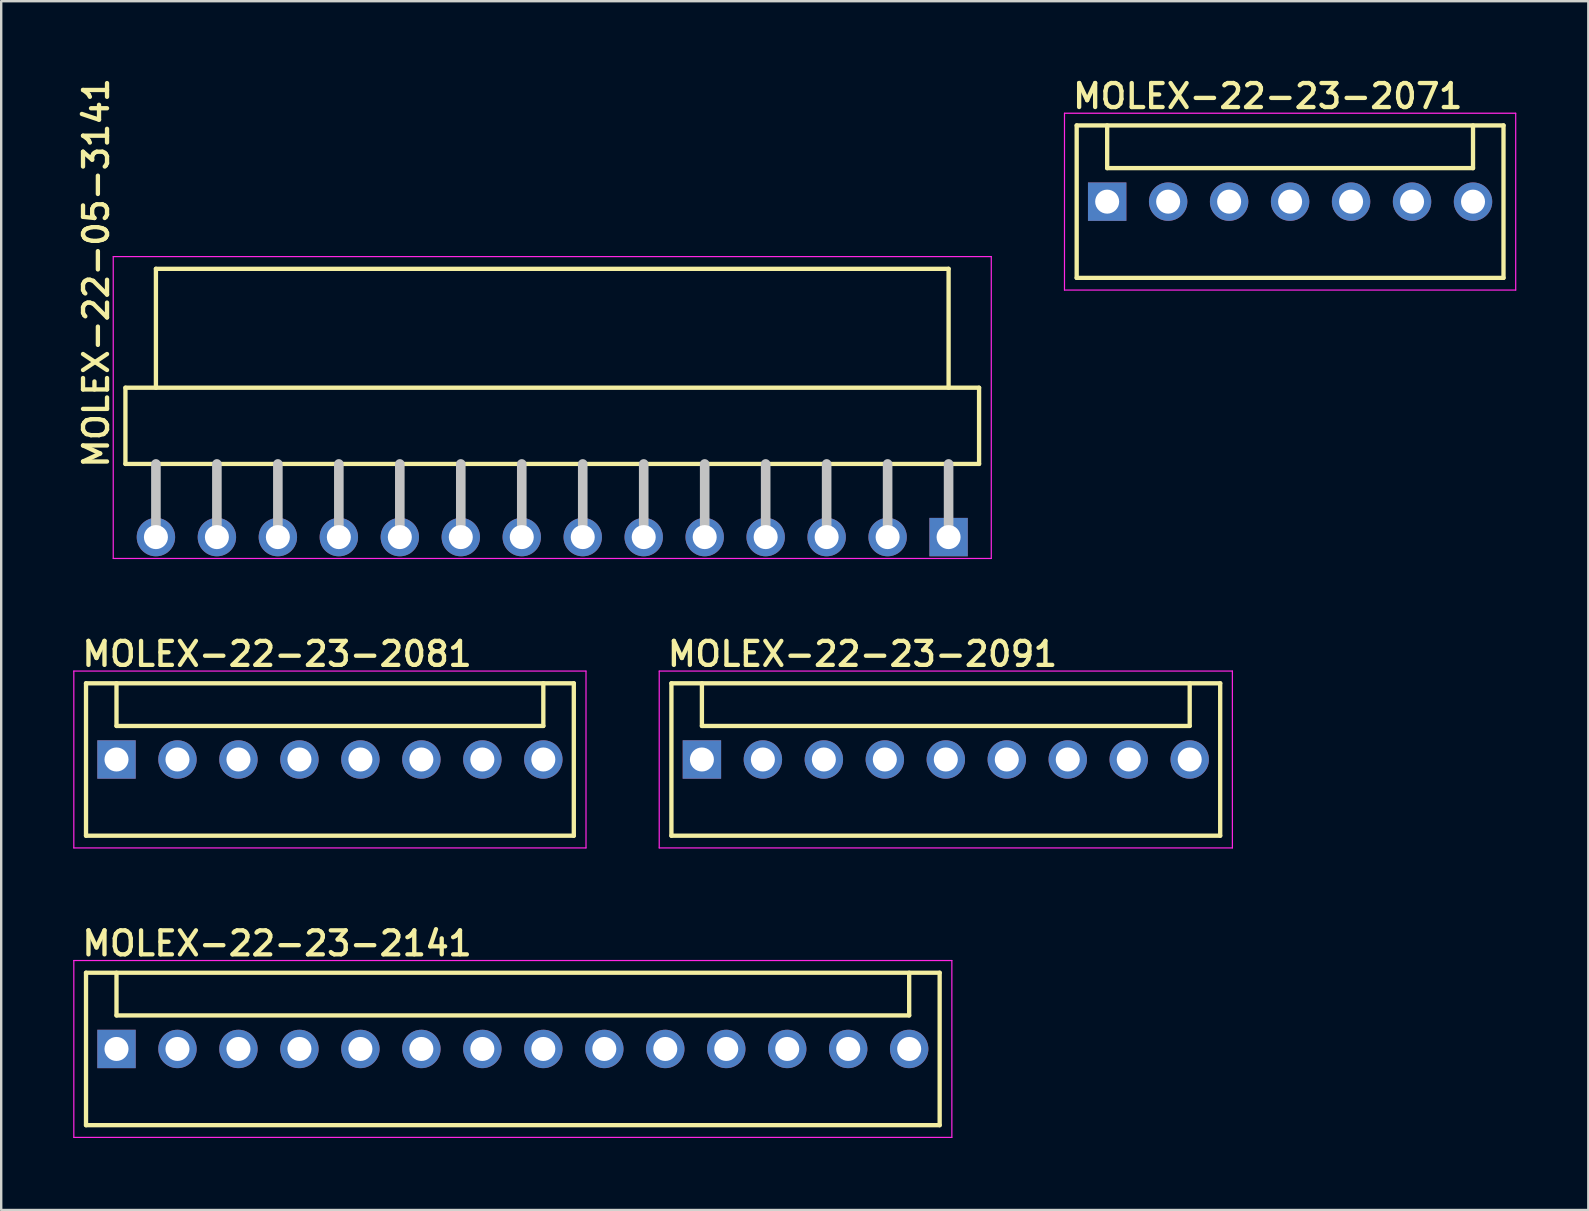
<source format=kicad_pcb>
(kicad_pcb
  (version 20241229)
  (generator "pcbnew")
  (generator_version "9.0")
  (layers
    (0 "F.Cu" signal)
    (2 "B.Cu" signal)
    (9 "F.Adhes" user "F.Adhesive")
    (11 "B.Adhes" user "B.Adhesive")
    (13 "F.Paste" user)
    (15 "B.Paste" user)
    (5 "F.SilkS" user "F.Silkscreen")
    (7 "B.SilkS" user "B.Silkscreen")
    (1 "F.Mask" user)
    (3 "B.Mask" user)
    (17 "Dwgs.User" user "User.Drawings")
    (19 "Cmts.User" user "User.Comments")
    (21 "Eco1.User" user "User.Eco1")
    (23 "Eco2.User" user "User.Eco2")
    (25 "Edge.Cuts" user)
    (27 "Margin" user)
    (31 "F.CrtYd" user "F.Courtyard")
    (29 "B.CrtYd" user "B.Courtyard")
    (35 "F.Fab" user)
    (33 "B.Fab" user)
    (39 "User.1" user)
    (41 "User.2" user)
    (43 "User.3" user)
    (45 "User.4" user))
  (footprint "MOLEX-22-23-2081"
    (layer "F.Cu")
    (at 10.693 28.588)
    (property "Reference" "MOLEX-22-23-2081" (at -10.414 -3.81 0) (layer "F.SilkS") (effects (font (size 1 1) (thickness 0.18)) (justify left bottom)))
    (attr through_hole)
    (fp_line (start -10.16 3.175) (end -10.16 -3.175) (stroke (width 0.18) (type solid)) (layer "F.SilkS"))
    (fp_line (start -8.89 -1.397) (end -8.89 -3.175) (stroke (width 0.18) (type solid)) (layer "F.SilkS"))
    (fp_line (start -8.89 -1.397) (end 8.89 -1.397) (stroke (width 0.18) (type solid)) (layer "F.SilkS"))
    (fp_line (start 8.89 -1.397) (end 8.89 -3.175) (stroke (width 0.18) (type solid)) (layer "F.SilkS"))
    (fp_line (start 10.16 -3.175) (end -10.16 -3.175) (stroke (width 0.18) (type solid)) (layer "F.SilkS"))
    (fp_line (start 10.16 -3.175) (end 10.16 3.175) (stroke (width 0.18) (type solid)) (layer "F.SilkS"))
    (fp_line (start 10.16 3.175) (end -10.16 3.175) (stroke (width 0.18) (type solid)) (layer "F.SilkS"))
    (fp_line (start -10.668 -3.683) (end 10.668 -3.683) (stroke (width 0.05) (type solid)) (layer "F.CrtYd"))
    (fp_line (start -10.668 3.683) (end -10.668 -3.683) (stroke (width 0.05) (type solid)) (layer "F.CrtYd"))
    (fp_line (start 10.668 -3.683) (end 10.668 3.683) (stroke (width 0.05) (type solid)) (layer "F.CrtYd"))
    (fp_line (start 10.668 3.683) (end -10.668 3.683) (stroke (width 0.05) (type solid)) (layer "F.CrtYd"))
    (pad "1" thru_hole rect (at -8.89 0) (size 1.6 1.6) (drill 1) (layers "*.Cu" "*.Mask"))
    (pad "2" thru_hole circle (at -6.35 0 90) (size 1.6 1.6) (drill 1) (layers "*.Cu" "*.Mask"))
    (pad "3" thru_hole circle (at -3.81 0 90) (size 1.6 1.6) (drill 1) (layers "*.Cu" "*.Mask"))
    (pad "4" thru_hole circle (at -1.27 0 90) (size 1.6 1.6) (drill 1) (layers "*.Cu" "*.Mask"))
    (pad "5" thru_hole circle (at 1.27 0 90) (size 1.6 1.6) (drill 1) (layers "*.Cu" "*.Mask"))
    (pad "6" thru_hole circle (at 3.81 0 90) (size 1.6 1.6) (drill 1) (layers "*.Cu" "*.Mask"))
    (pad "7" thru_hole circle (at 6.35 0 90) (size 1.6 1.6) (drill 1) (layers "*.Cu" "*.Mask"))
    (pad "8" thru_hole circle (at 8.89 0 90) (size 1.6 1.6) (drill 1) (layers "*.Cu" "*.Mask")))
  (footprint "MOLEX-22-23-2141"
    (layer "F.Cu")
    (at 18.313 40.646)
    (property "Reference" "MOLEX-22-23-2141" (at -18.034 -3.81 0) (layer "F.SilkS") (effects (font (size 1 1) (thickness 0.18)) (justify left bottom)))
    (attr through_hole)
    (fp_line (start -17.78 3.175) (end -17.78 -3.175) (stroke (width 0.18) (type solid)) (layer "F.SilkS"))
    (fp_line (start -16.51 -1.397) (end -16.51 -3.175) (stroke (width 0.18) (type solid)) (layer "F.SilkS"))
    (fp_line (start -16.51 -1.397) (end 16.51 -1.397) (stroke (width 0.18) (type solid)) (layer "F.SilkS"))
    (fp_line (start 16.51 -1.397) (end 16.51 -3.175) (stroke (width 0.18) (type solid)) (layer "F.SilkS"))
    (fp_line (start 17.78 -3.175) (end -17.78 -3.175) (stroke (width 0.18) (type solid)) (layer "F.SilkS"))
    (fp_line (start 17.78 -3.175) (end 17.78 3.175) (stroke (width 0.18) (type solid)) (layer "F.SilkS"))
    (fp_line (start 17.78 3.175) (end -17.78 3.175) (stroke (width 0.18) (type solid)) (layer "F.SilkS"))
    (fp_line (start -18.288 -3.683) (end 18.288 -3.683) (stroke (width 0.05) (type solid)) (layer "F.CrtYd"))
    (fp_line (start -18.288 3.683) (end -18.288 -3.683) (stroke (width 0.05) (type solid)) (layer "F.CrtYd"))
    (fp_line (start 18.288 -3.683) (end 18.288 3.683) (stroke (width 0.05) (type solid)) (layer "F.CrtYd"))
    (fp_line (start 18.288 3.683) (end -18.288 3.683) (stroke (width 0.05) (type solid)) (layer "F.CrtYd"))
    (pad "1" thru_hole rect (at -16.51 0) (size 1.6 1.6) (drill 1) (layers "*.Cu" "*.Mask"))
    (pad "2" thru_hole circle (at -13.97 0 90) (size 1.6 1.6) (drill 1) (layers "*.Cu" "*.Mask"))
    (pad "3" thru_hole circle (at -11.43 0 90) (size 1.6 1.6) (drill 1) (layers "*.Cu" "*.Mask"))
    (pad "4" thru_hole circle (at -8.89 0 90) (size 1.6 1.6) (drill 1) (layers "*.Cu" "*.Mask"))
    (pad "5" thru_hole circle (at -6.35 0 90) (size 1.6 1.6) (drill 1) (layers "*.Cu" "*.Mask"))
    (pad "6" thru_hole circle (at -3.81 0 90) (size 1.6 1.6) (drill 1) (layers "*.Cu" "*.Mask"))
    (pad "7" thru_hole circle (at -1.27 0 90) (size 1.6 1.6) (drill 1) (layers "*.Cu" "*.Mask"))
    (pad "8" thru_hole circle (at 1.27 0 90) (size 1.6 1.6) (drill 1) (layers "*.Cu" "*.Mask"))
    (pad "9" thru_hole circle (at 3.81 0 90) (size 1.6 1.6) (drill 1) (layers "*.Cu" "*.Mask"))
    (pad "10" thru_hole circle (at 6.35 0 90) (size 1.6 1.6) (drill 1) (layers "*.Cu" "*.Mask"))
    (pad "11" thru_hole circle (at 8.89 0 90) (size 1.6 1.6) (drill 1) (layers "*.Cu" "*.Mask"))
    (pad "12" thru_hole circle (at 11.43 0 90) (size 1.6 1.6) (drill 1) (layers "*.Cu" "*.Mask"))
    (pad "13" thru_hole circle (at 13.97 0 90) (size 1.6 1.6) (drill 1) (layers "*.Cu" "*.Mask"))
    (pad "14" thru_hole circle (at 16.51 0 90) (size 1.6 1.6) (drill 1) (layers "*.Cu" "*.Mask")))
  (footprint "MOLEX-22-23-2071"
    (layer "F.Cu")
    (at 50.691 5.35)
    (property "Reference" "MOLEX-22-23-2071" (at -9.144 -3.81 0) (layer "F.SilkS") (effects (font (size 1 1) (thickness 0.18)) (justify left bottom)))
    (attr through_hole)
    (fp_line (start -8.89 -3.175) (end 8.89 -3.175) (stroke (width 0.18) (type solid)) (layer "F.SilkS"))
    (fp_line (start -8.89 3.175) (end -8.89 -3.175) (stroke (width 0.18) (type solid)) (layer "F.SilkS"))
    (fp_line (start -7.62 -1.397) (end -7.62 -3.175) (stroke (width 0.18) (type solid)) (layer "F.SilkS"))
    (fp_line (start -7.62 -1.397) (end 7.62 -1.397) (stroke (width 0.18) (type solid)) (layer "F.SilkS"))
    (fp_line (start 7.62 -1.397) (end 7.62 -3.175) (stroke (width 0.18) (type solid)) (layer "F.SilkS"))
    (fp_line (start 8.89 -3.175) (end 8.89 3.175) (stroke (width 0.18) (type solid)) (layer "F.SilkS"))
    (fp_line (start 8.89 3.175) (end -8.89 3.175) (stroke (width 0.18) (type solid)) (layer "F.SilkS"))
    (fp_line (start -9.398 -3.683) (end 9.398 -3.683) (stroke (width 0.05) (type solid)) (layer "F.CrtYd"))
    (fp_line (start -9.398 3.683) (end -9.398 -3.683) (stroke (width 0.05) (type solid)) (layer "F.CrtYd"))
    (fp_line (start 9.398 -3.683) (end 9.398 3.683) (stroke (width 0.05) (type solid)) (layer "F.CrtYd"))
    (fp_line (start 9.398 3.683) (end -9.398 3.683) (stroke (width 0.05) (type solid)) (layer "F.CrtYd"))
    (pad "1" thru_hole rect (at -7.62 0) (size 1.6 1.6) (drill 1) (layers "*.Cu" "*.Mask"))
    (pad "2" thru_hole circle (at -5.08 0 90) (size 1.6 1.6) (drill 1) (layers "*.Cu" "*.Mask"))
    (pad "3" thru_hole circle (at -2.54 0 90) (size 1.6 1.6) (drill 1) (layers "*.Cu" "*.Mask"))
    (pad "4" thru_hole circle (at 0 0 90) (size 1.6 1.6) (drill 1) (layers "*.Cu" "*.Mask"))
    (pad "5" thru_hole circle (at 2.54 0 90) (size 1.6 1.6) (drill 1) (layers "*.Cu" "*.Mask"))
    (pad "6" thru_hole circle (at 5.08 0 90) (size 1.6 1.6) (drill 1) (layers "*.Cu" "*.Mask"))
    (pad "7" thru_hole circle (at 7.62 0 90) (size 1.6 1.6) (drill 1) (layers "*.Cu" "*.Mask")))
  (footprint "MOLEX-22-23-2091"
    (layer "F.Cu")
    (at 36.349 28.588)
    (property "Reference" "MOLEX-22-23-2091" (at -11.684 -3.81 0) (layer "F.SilkS") (effects (font (size 1 1) (thickness 0.18)) (justify left bottom)))
    (attr through_hole)
    (fp_line (start -11.43 -3.175) (end 11.43 -3.175) (stroke (width 0.18) (type solid)) (layer "F.SilkS"))
    (fp_line (start -11.43 3.175) (end -11.43 -3.175) (stroke (width 0.18) (type solid)) (layer "F.SilkS"))
    (fp_line (start -10.16 -1.397) (end -10.16 -3.175) (stroke (width 0.18) (type solid)) (layer "F.SilkS"))
    (fp_line (start -10.16 -1.397) (end 10.16 -1.397) (stroke (width 0.18) (type solid)) (layer "F.SilkS"))
    (fp_line (start 10.16 -1.397) (end 10.16 -3.175) (stroke (width 0.18) (type solid)) (layer "F.SilkS"))
    (fp_line (start 11.43 -3.175) (end 11.43 3.175) (stroke (width 0.18) (type solid)) (layer "F.SilkS"))
    (fp_line (start 11.43 3.175) (end -11.43 3.175) (stroke (width 0.18) (type solid)) (layer "F.SilkS"))
    (fp_line (start -11.938 -3.683) (end 11.938 -3.683) (stroke (width 0.05) (type solid)) (layer "F.CrtYd"))
    (fp_line (start -11.938 3.683) (end -11.938 -3.683) (stroke (width 0.05) (type solid)) (layer "F.CrtYd"))
    (fp_line (start 11.938 -3.683) (end 11.938 3.683) (stroke (width 0.05) (type solid)) (layer "F.CrtYd"))
    (fp_line (start 11.938 3.683) (end -11.938 3.683) (stroke (width 0.05) (type solid)) (layer "F.CrtYd"))
    (pad "1" thru_hole rect (at -10.16 0) (size 1.6 1.6) (drill 1) (layers "*.Cu" "*.Mask"))
    (pad "2" thru_hole circle (at -7.62 0 90) (size 1.6 1.6) (drill 1) (layers "*.Cu" "*.Mask"))
    (pad "3" thru_hole circle (at -5.08 0 90) (size 1.6 1.6) (drill 1) (layers "*.Cu" "*.Mask"))
    (pad "4" thru_hole circle (at -2.54 0 90) (size 1.6 1.6) (drill 1) (layers "*.Cu" "*.Mask"))
    (pad "5" thru_hole circle (at 0 0 90) (size 1.6 1.6) (drill 1) (layers "*.Cu" "*.Mask"))
    (pad "6" thru_hole circle (at 2.54 0 90) (size 1.6 1.6) (drill 1) (layers "*.Cu" "*.Mask"))
    (pad "7" thru_hole circle (at 5.08 0 90) (size 1.6 1.6) (drill 1) (layers "*.Cu" "*.Mask"))
    (pad "8" thru_hole circle (at 7.62 0 90) (size 1.6 1.6) (drill 1) (layers "*.Cu" "*.Mask"))
    (pad "9" thru_hole circle (at 10.16 0 90) (size 1.6 1.6) (drill 1) (layers "*.Cu" "*.Mask")))
  (footprint "MOLEX-22-05-3141"
    (layer "F.Cu")
    (at 19.955 19.324)
    (property "Reference" "MOLEX-22-05-3141" (at -18.415 -2.794 90) (layer "F.SilkS") (effects (font (size 1 1) (thickness 0.18)) (justify left bottom)))
    (attr through_hole)
    (fp_line (start -17.78 -6.223) (end -17.78 -3.048) (stroke (width 0.18) (type solid)) (layer "F.SilkS"))
    (fp_line (start -17.78 -3.048) (end 17.78 -3.048) (stroke (width 0.18) (type solid)) (layer "F.SilkS"))
    (fp_line (start -16.51 -6.223) (end -16.51 -11.176) (stroke (width 0.18) (type solid)) (layer "F.SilkS"))
    (fp_line (start 16.51 -11.176) (end -16.51 -11.176) (stroke (width 0.18) (type solid)) (layer "F.SilkS"))
    (fp_line (start 16.51 -6.223) (end 16.51 -11.176) (stroke (width 0.18) (type solid)) (layer "F.SilkS"))
    (fp_line (start 17.78 -6.223) (end -17.78 -6.223) (stroke (width 0.18) (type solid)) (layer "F.SilkS"))
    (fp_line (start 17.78 -3.048) (end 17.78 -6.223) (stroke (width 0.18) (type solid)) (layer "F.SilkS"))
    (fp_line (start -16.51 -3.048) (end -16.51 0) (stroke (width 0.4) (type solid)) (layer "Dwgs.User"))
    (fp_line (start -13.97 -3.048) (end -13.97 0) (stroke (width 0.4) (type solid)) (layer "Dwgs.User"))
    (fp_line (start -11.43 -3.048) (end -11.43 0) (stroke (width 0.4) (type solid)) (layer "Dwgs.User"))
    (fp_line (start -8.89 -3.048) (end -8.89 0) (stroke (width 0.4) (type solid)) (layer "Dwgs.User"))
    (fp_line (start -6.35 -3.048) (end -6.35 0) (stroke (width 0.4) (type solid)) (layer "Dwgs.User"))
    (fp_line (start -3.81 -3.048) (end -3.81 0) (stroke (width 0.4) (type solid)) (layer "Dwgs.User"))
    (fp_line (start -1.27 -3.048) (end -1.27 0) (stroke (width 0.4) (type solid)) (layer "Dwgs.User"))
    (fp_line (start 1.27 -3.048) (end 1.27 0) (stroke (width 0.4) (type solid)) (layer "Dwgs.User"))
    (fp_line (start 3.81 -3.048) (end 3.81 0) (stroke (width 0.4) (type solid)) (layer "Dwgs.User"))
    (fp_line (start 6.35 -3.048) (end 6.35 0) (stroke (width 0.4) (type solid)) (layer "Dwgs.User"))
    (fp_line (start 8.89 -3.048) (end 8.89 0) (stroke (width 0.4) (type solid)) (layer "Dwgs.User"))
    (fp_line (start 11.43 -3.048) (end 11.43 0) (stroke (width 0.4) (type solid)) (layer "Dwgs.User"))
    (fp_line (start 13.97 -3.048) (end 13.97 0) (stroke (width 0.4) (type solid)) (layer "Dwgs.User"))
    (fp_line (start 16.51 -3.048) (end 16.51 0) (stroke (width 0.4) (type solid)) (layer "Dwgs.User"))
    (fp_line (start -18.288 -11.684) (end 18.288 -11.684) (stroke (width 0.05) (type solid)) (layer "F.CrtYd"))
    (fp_line (start -18.288 0.889) (end -18.288 -11.684) (stroke (width 0.05) (type solid)) (layer "F.CrtYd"))
    (fp_line (start 18.288 -11.684) (end 18.288 0.889) (stroke (width 0.05) (type solid)) (layer "F.CrtYd"))
    (fp_line (start 18.288 0.889) (end -18.288 0.889) (stroke (width 0.05) (type solid)) (layer "F.CrtYd"))
    (pad "1" thru_hole rect (at 16.51 0) (size 1.6 1.6) (drill 1) (layers "*.Cu" "*.Mask"))
    (pad "2" thru_hole circle (at 13.97 0) (size 1.6 1.6) (drill 1) (layers "*.Cu" "*.Mask"))
    (pad "3" thru_hole circle (at 11.43 0) (size 1.6 1.6) (drill 1) (layers "*.Cu" "*.Mask"))
    (pad "4" thru_hole circle (at 8.89 0) (size 1.6 1.6) (drill 1) (layers "*.Cu" "*.Mask"))
    (pad "5" thru_hole circle (at 6.35 0) (size 1.6 1.6) (drill 1) (layers "*.Cu" "*.Mask"))
    (pad "6" thru_hole circle (at 3.81 0) (size 1.6 1.6) (drill 1) (layers "*.Cu" "*.Mask"))
    (pad "7" thru_hole circle (at 1.27 0) (size 1.6 1.6) (drill 1) (layers "*.Cu" "*.Mask"))
    (pad "8" thru_hole circle (at -1.27 0) (size 1.6 1.6) (drill 1) (layers "*.Cu" "*.Mask"))
    (pad "9" thru_hole circle (at -3.81 0) (size 1.6 1.6) (drill 1) (layers "*.Cu" "*.Mask"))
    (pad "10" thru_hole circle (at -6.35 0) (size 1.6 1.6) (drill 1) (layers "*.Cu" "*.Mask"))
    (pad "11" thru_hole circle (at -8.89 0) (size 1.6 1.6) (drill 1) (layers "*.Cu" "*.Mask"))
    (pad "12" thru_hole circle (at -11.43 0) (size 1.6 1.6) (drill 1) (layers "*.Cu" "*.Mask"))
    (pad "13" thru_hole circle (at -13.97 0) (size 1.6 1.6) (drill 1) (layers "*.Cu" "*.Mask"))
    (pad "14" thru_hole circle (at -16.51 0) (size 1.6 1.6) (drill 1) (layers "*.Cu" "*.Mask")))
  (gr_rect
    (start -3 -3)
    (end 63.114 47.354)
    (stroke (width 0.1) (type default))
    (fill no)
    (layer "Edge.Cuts")))
</source>
